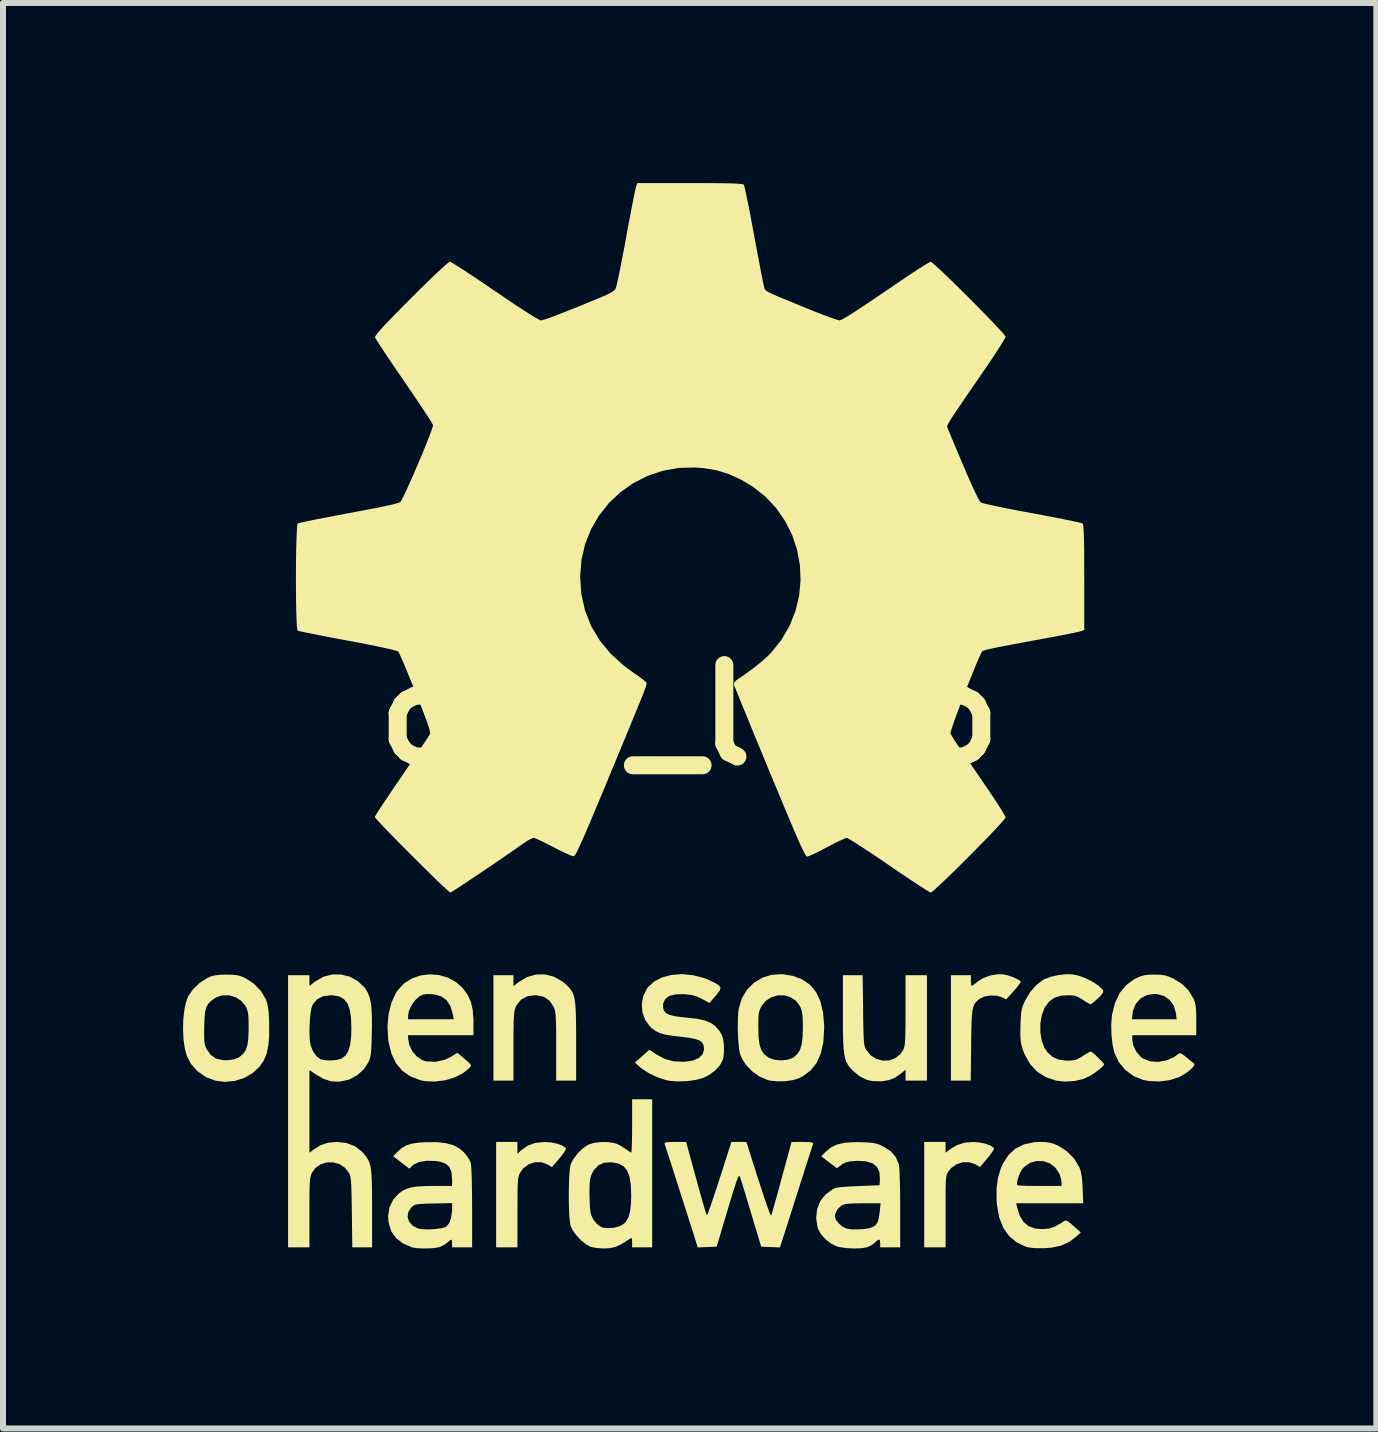
<source format=kicad_pcb>
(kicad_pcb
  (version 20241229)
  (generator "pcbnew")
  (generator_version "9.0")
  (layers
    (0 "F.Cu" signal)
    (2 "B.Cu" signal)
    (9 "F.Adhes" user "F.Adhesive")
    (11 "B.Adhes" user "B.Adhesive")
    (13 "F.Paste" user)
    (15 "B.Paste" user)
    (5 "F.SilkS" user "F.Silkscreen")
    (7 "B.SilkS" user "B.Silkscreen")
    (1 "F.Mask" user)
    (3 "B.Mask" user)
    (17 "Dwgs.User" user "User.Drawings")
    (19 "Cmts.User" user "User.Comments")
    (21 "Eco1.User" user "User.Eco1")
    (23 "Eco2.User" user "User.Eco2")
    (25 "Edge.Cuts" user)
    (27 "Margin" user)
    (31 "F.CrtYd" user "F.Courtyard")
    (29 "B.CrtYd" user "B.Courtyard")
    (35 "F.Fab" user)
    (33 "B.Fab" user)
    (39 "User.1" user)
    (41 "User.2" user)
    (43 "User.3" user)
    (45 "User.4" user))
  (footprint "osw_logo"
    (layer "F.Cu")
    (at 8.439 8.867)
    (property "Reference" "osw_logo" (at 0 0 0) (layer "F.SilkS") (effects (font (size 1.524 1.524) (thickness 0.3))))
    (attr board_only exclude_from_pos_files exclude_from_bom)
    (fp_poly (pts (xy -2.867 7.309) (xy -2.806 7.251) (xy -2.695 7.172) (xy -2.566 7.127) (xy -2.411 7.112) (xy -2.303 7.12) (xy -2.202 7.141) (xy -2.119 7.172) (xy -2.065 7.209) (xy -2.058 7.218) (xy -2.065 7.244) (xy -2.096 7.294) (xy -2.145 7.358) (xy -2.168 7.386) (xy -2.292 7.531) (xy -2.363 7.488) (xy -2.465 7.449) (xy -2.574 7.449) (xy -2.679 7.483) (xy -2.769 7.55) (xy -2.816 7.613) (xy -2.831 7.641) (xy -2.843 7.67) (xy -2.852 7.705) (xy -2.858 7.753) (xy -2.862 7.819) (xy -2.864 7.909) (xy -2.866 8.029) (xy -2.866 8.185) (xy -2.866 8.283) (xy -2.867 8.867) (xy -3.222 8.867) (xy -3.222 7.111) (xy -2.867 7.111)) (stroke (width 0) (type solid)) (fill yes) (layer "F.SilkS"))
    (fp_poly (pts (xy 4.267 7.291) (xy 4.34 7.235) (xy 4.458 7.163) (xy 4.583 7.123) (xy 4.727 7.112) (xy 4.83 7.12) (xy 4.928 7.14) (xy 5.011 7.17) (xy 5.065 7.205) (xy 5.074 7.216) (xy 5.067 7.241) (xy 5.035 7.291) (xy 4.987 7.356) (xy 4.964 7.384) (xy 4.84 7.53) (xy 4.77 7.487) (xy 4.669 7.45) (xy 4.559 7.449) (xy 4.452 7.482) (xy 4.36 7.546) (xy 4.317 7.598) (xy 4.302 7.622) (xy 4.29 7.647) (xy 4.282 7.678) (xy 4.275 7.722) (xy 4.271 7.783) (xy 4.268 7.868) (xy 4.267 7.982) (xy 4.267 8.131) (xy 4.267 8.27) (xy 4.267 8.867) (xy 3.911 8.867) (xy 3.911 7.111) (xy 4.267 7.111)) (stroke (width 0) (type solid)) (fill yes) (layer "F.SilkS"))
    (fp_poly (pts (xy 5.224 4.318) (xy 5.298 4.334) (xy 5.379 4.36) (xy 5.453 4.393) (xy 5.505 4.424) (xy 5.519 4.439) (xy 5.51 4.462) (xy 5.476 4.509) (xy 5.426 4.571) (xy 5.403 4.596) (xy 5.278 4.736) (xy 5.204 4.699) (xy 5.118 4.674) (xy 5.015 4.671) (xy 4.916 4.688) (xy 4.839 4.724) (xy 4.8 4.755) (xy 4.769 4.785) (xy 4.745 4.821) (xy 4.727 4.868) (xy 4.714 4.931) (xy 4.705 5.016) (xy 4.7 5.128) (xy 4.696 5.272) (xy 4.693 5.454) (xy 4.693 5.494) (xy 4.686 6.089) (xy 4.356 6.089) (xy 4.356 4.333) (xy 4.689 4.333) (xy 4.689 4.422) (xy 4.692 4.478) (xy 4.7 4.509) (xy 4.703 4.511) (xy 4.726 4.498) (xy 4.77 4.464) (xy 4.792 4.445) (xy 4.889 4.383) (xy 5.01 4.338) (xy 5.138 4.317)) (stroke (width 0) (type solid)) (fill yes) (layer "F.SilkS"))
    (fp_poly (pts (xy -2.26 4.357) (xy -2.121 4.435) (xy -2.065 4.481) (xy -2.019 4.526) (xy -1.981 4.569) (xy -1.952 4.616) (xy -1.929 4.67) (xy -1.913 4.738) (xy -1.902 4.825) (xy -1.895 4.936) (xy -1.891 5.076) (xy -1.889 5.25) (xy -1.889 5.437) (xy -1.889 6.089) (xy -2.222 6.089) (xy -2.222 5.518) (xy -2.222 5.342) (xy -2.223 5.205) (xy -2.225 5.101) (xy -2.229 5.022) (xy -2.234 4.965) (xy -2.242 4.922) (xy -2.253 4.887) (xy -2.267 4.856) (xy -2.268 4.852) (xy -2.336 4.754) (xy -2.427 4.693) (xy -2.545 4.668) (xy -2.578 4.667) (xy -2.704 4.685) (xy -2.804 4.738) (xy -2.877 4.826) (xy -2.891 4.853) (xy -2.904 4.886) (xy -2.914 4.923) (xy -2.921 4.971) (xy -2.926 5.036) (xy -2.93 5.124) (xy -2.932 5.24) (xy -2.933 5.391) (xy -2.933 5.517) (xy -2.933 6.089) (xy -3.267 6.089) (xy -3.267 4.333) (xy -2.933 4.333) (xy -2.933 4.515) (xy -2.85 4.449) (xy -2.711 4.365) (xy -2.561 4.322) (xy -2.409 4.319)) (stroke (width 0) (type solid)) (fill yes) (layer "F.SilkS"))
    (fp_poly (pts (xy 2.893 4.917) (xy 2.895 5.094) (xy 2.898 5.233) (xy 2.901 5.339) (xy 2.905 5.418) (xy 2.911 5.475) (xy 2.919 5.516) (xy 2.93 5.547) (xy 2.943 5.574) (xy 2.946 5.578) (xy 3.021 5.669) (xy 3.117 5.729) (xy 3.222 5.756) (xy 3.33 5.752) (xy 3.43 5.715) (xy 3.515 5.646) (xy 3.561 5.577) (xy 3.573 5.549) (xy 3.582 5.513) (xy 3.589 5.465) (xy 3.594 5.399) (xy 3.597 5.308) (xy 3.599 5.187) (xy 3.6 5.032) (xy 3.6 4.917) (xy 3.6 4.333) (xy 3.956 4.333) (xy 3.956 6.089) (xy 3.6 6.089) (xy 3.6 5.907) (xy 3.531 5.965) (xy 3.431 6.037) (xy 3.331 6.079) (xy 3.211 6.1) (xy 3.194 6.101) (xy 3.051 6.098) (xy 2.944 6.073) (xy 2.835 6.017) (xy 2.729 5.931) (xy 2.683 5.883) (xy 2.646 5.836) (xy 2.617 5.785) (xy 2.595 5.725) (xy 2.579 5.65) (xy 2.568 5.555) (xy 2.561 5.435) (xy 2.557 5.285) (xy 2.556 5.098) (xy 2.556 4.963) (xy 2.556 4.333) (xy 2.885 4.333)) (stroke (width 0) (type solid)) (fill yes) (layer "F.SilkS"))
    (fp_poly (pts (xy -4.175 4.33) (xy -4.023 4.374) (xy -3.885 4.452) (xy -3.779 4.548) (xy -3.698 4.657) (xy -3.643 4.775) (xy -3.612 4.913) (xy -3.6 5.079) (xy -3.6 5.112) (xy -3.6 5.333) (xy -4.689 5.333) (xy -4.689 5.383) (xy -4.669 5.497) (xy -4.617 5.603) (xy -4.54 5.691) (xy -4.446 5.751) (xy -4.389 5.768) (xy -4.234 5.776) (xy -4.084 5.744) (xy -3.978 5.694) (xy -3.868 5.625) (xy -3.746 5.728) (xy -3.683 5.782) (xy -3.65 5.817) (xy -3.641 5.841) (xy -3.652 5.862) (xy -3.659 5.871) (xy -3.77 5.963) (xy -3.91 6.035) (xy -4.07 6.083) (xy -4.237 6.105) (xy -4.402 6.099) (xy -4.49 6.081) (xy -4.655 6.017) (xy -4.788 5.923) (xy -4.892 5.798) (xy -4.967 5.639) (xy -5.014 5.447) (xy -5.021 5.4) (xy -5.032 5.186) (xy -5.022 5.067) (xy -4.689 5.067) (xy -3.928 5.067) (xy -3.944 4.983) (xy -3.983 4.849) (xy -4.046 4.75) (xy -4.135 4.686) (xy -4.253 4.653) (xy -4.299 4.649) (xy -4.383 4.647) (xy -4.443 4.657) (xy -4.496 4.683) (xy -4.511 4.693) (xy -4.577 4.755) (xy -4.636 4.841) (xy -4.676 4.932) (xy -4.689 5.005) (xy -4.689 5.067) (xy -5.022 5.067) (xy -5.014 4.981) (xy -4.967 4.793) (xy -4.894 4.631) (xy -4.869 4.592) (xy -4.763 4.475) (xy -4.634 4.391) (xy -4.488 4.338) (xy -4.332 4.318)) (stroke (width 0) (type solid)) (fill yes) (layer "F.SilkS"))
    (fp_poly (pts (xy 1.724 4.344) (xy 1.882 4.405) (xy 2.01 4.494) (xy 2.109 4.614) (xy 2.181 4.766) (xy 2.225 4.951) (xy 2.244 5.171) (xy 2.244 5.224) (xy 2.23 5.448) (xy 2.188 5.638) (xy 2.117 5.796) (xy 2.016 5.923) (xy 1.884 6.019) (xy 1.811 6.055) (xy 1.709 6.084) (xy 1.583 6.1) (xy 1.452 6.101) (xy 1.335 6.088) (xy 1.304 6.081) (xy 1.171 6.024) (xy 1.047 5.937) (xy 0.942 5.829) (xy 0.867 5.709) (xy 0.844 5.649) (xy 0.828 5.572) (xy 0.816 5.462) (xy 0.808 5.333) (xy 0.804 5.197) (xy 0.805 5.17) (xy 1.147 5.17) (xy 1.147 5.211) (xy 1.152 5.368) (xy 1.167 5.488) (xy 1.196 5.578) (xy 1.24 5.645) (xy 1.303 5.696) (xy 1.328 5.711) (xy 1.418 5.742) (xy 1.524 5.752) (xy 1.63 5.742) (xy 1.718 5.712) (xy 1.739 5.699) (xy 1.799 5.644) (xy 1.842 5.576) (xy 1.869 5.485) (xy 1.884 5.366) (xy 1.889 5.211) (xy 1.889 5.211) (xy 1.888 5.089) (xy 1.883 5.002) (xy 1.873 4.937) (xy 1.858 4.885) (xy 1.844 4.856) (xy 1.778 4.763) (xy 1.687 4.701) (xy 1.583 4.67) (xy 1.472 4.669) (xy 1.365 4.699) (xy 1.271 4.76) (xy 1.201 4.848) (xy 1.177 4.893) (xy 1.162 4.938) (xy 1.152 4.991) (xy 1.148 5.065) (xy 1.147 5.17) (xy 0.805 5.17) (xy 0.806 5.067) (xy 0.812 4.954) (xy 0.821 4.884) (xy 0.874 4.715) (xy 0.961 4.572) (xy 1.076 4.457) (xy 1.214 4.374) (xy 1.372 4.326) (xy 1.544 4.315)) (stroke (width 0) (type solid)) (fill yes) (layer "F.SilkS"))
    (fp_poly (pts (xy 7.844 4.325) (xy 7.918 4.335) (xy 7.988 4.357) (xy 8.072 4.395) (xy 8.212 4.482) (xy 8.319 4.591) (xy 8.4 4.727) (xy 8.42 4.779) (xy 8.434 4.837) (xy 8.441 4.913) (xy 8.444 5.018) (xy 8.444 5.078) (xy 8.444 5.333) (xy 7.378 5.333) (xy 7.378 5.406) (xy 7.397 5.509) (xy 7.448 5.611) (xy 7.521 5.695) (xy 7.567 5.727) (xy 7.683 5.769) (xy 7.814 5.777) (xy 7.948 5.753) (xy 8.072 5.698) (xy 8.138 5.65) (xy 8.163 5.634) (xy 8.189 5.636) (xy 8.229 5.66) (xy 8.281 5.703) (xy 8.341 5.751) (xy 8.388 5.789) (xy 8.409 5.805) (xy 8.413 5.829) (xy 8.386 5.869) (xy 8.335 5.917) (xy 8.267 5.968) (xy 8.191 6.014) (xy 8.151 6.034) (xy 7.998 6.082) (xy 7.827 6.104) (xy 7.657 6.097) (xy 7.556 6.077) (xy 7.397 6.012) (xy 7.262 5.912) (xy 7.155 5.783) (xy 7.082 5.631) (xy 7.077 5.616) (xy 7.048 5.481) (xy 7.031 5.322) (xy 7.027 5.158) (xy 7.034 5.067) (xy 7.372 5.067) (xy 8.117 5.067) (xy 8.105 4.964) (xy 8.071 4.844) (xy 8.003 4.747) (xy 7.907 4.679) (xy 7.788 4.647) (xy 7.744 4.644) (xy 7.62 4.664) (xy 7.515 4.721) (xy 7.437 4.808) (xy 7.391 4.922) (xy 7.384 4.964) (xy 7.372 5.067) (xy 7.034 5.067) (xy 7.038 5.01) (xy 7.04 4.994) (xy 7.089 4.798) (xy 7.167 4.632) (xy 7.275 4.499) (xy 7.411 4.399) (xy 7.44 4.385) (xy 7.517 4.351) (xy 7.587 4.332) (xy 7.671 4.324) (xy 7.745 4.323)) (stroke (width 0) (type solid)) (fill yes) (layer "F.SilkS"))
    (fp_poly (pts (xy 5.942 7.114) (xy 6.022 7.127) (xy 6.099 7.154) (xy 6.144 7.174) (xy 6.288 7.266) (xy 6.409 7.388) (xy 6.495 7.531) (xy 6.519 7.597) (xy 6.535 7.678) (xy 6.546 7.785) (xy 6.551 7.883) (xy 6.561 8.133) (xy 5.444 8.133) (xy 5.457 8.194) (xy 5.502 8.339) (xy 5.566 8.445) (xy 5.652 8.516) (xy 5.765 8.554) (xy 5.878 8.564) (xy 5.986 8.555) (xy 6.086 8.523) (xy 6.193 8.463) (xy 6.233 8.435) (xy 6.259 8.421) (xy 6.286 8.424) (xy 6.323 8.446) (xy 6.38 8.494) (xy 6.399 8.511) (xy 6.52 8.619) (xy 6.444 8.689) (xy 6.321 8.781) (xy 6.184 8.841) (xy 6.025 8.874) (xy 5.911 8.882) (xy 5.781 8.882) (xy 5.675 8.873) (xy 5.611 8.859) (xy 5.454 8.786) (xy 5.327 8.681) (xy 5.229 8.542) (xy 5.161 8.37) (xy 5.124 8.166) (xy 5.117 8.089) (xy 5.117 7.888) (xy 5.127 7.809) (xy 5.456 7.809) (xy 5.462 7.832) (xy 5.487 7.836) (xy 5.549 7.84) (xy 5.64 7.843) (xy 5.753 7.844) (xy 5.837 7.844) (xy 6.2 7.844) (xy 6.2 7.783) (xy 6.19 7.724) (xy 6.167 7.652) (xy 6.158 7.631) (xy 6.092 7.534) (xy 6.001 7.467) (xy 5.896 7.431) (xy 5.785 7.428) (xy 5.677 7.458) (xy 5.582 7.523) (xy 5.544 7.565) (xy 5.512 7.619) (xy 5.484 7.687) (xy 5.464 7.755) (xy 5.456 7.809) (xy 5.127 7.809) (xy 5.139 7.713) (xy 5.187 7.554) (xy 5.223 7.473) (xy 5.315 7.329) (xy 5.43 7.223) (xy 5.571 7.152) (xy 5.739 7.116) (xy 5.839 7.111)) (stroke (width 0) (type solid)) (fill yes) (layer "F.SilkS"))
    (fp_poly (pts (xy 6.38 4.318) (xy 6.488 4.342) (xy 6.604 4.385) (xy 6.715 4.441) (xy 6.811 4.504) (xy 6.879 4.568) (xy 6.895 4.591) (xy 6.89 4.625) (xy 6.845 4.681) (xy 6.809 4.716) (xy 6.753 4.766) (xy 6.709 4.803) (xy 6.69 4.817) (xy 6.664 4.809) (xy 6.614 4.782) (xy 6.557 4.745) (xy 6.482 4.699) (xy 6.42 4.676) (xy 6.349 4.667) (xy 6.31 4.667) (xy 6.191 4.674) (xy 6.1 4.7) (xy 6.02 4.75) (xy 5.983 4.784) (xy 5.916 4.877) (xy 5.871 4.997) (xy 5.847 5.134) (xy 5.846 5.277) (xy 5.867 5.415) (xy 5.911 5.537) (xy 5.963 5.616) (xy 6.047 5.692) (xy 6.144 5.737) (xy 6.265 5.755) (xy 6.308 5.756) (xy 6.39 5.752) (xy 6.454 5.736) (xy 6.52 5.701) (xy 6.557 5.677) (xy 6.62 5.637) (xy 6.668 5.611) (xy 6.69 5.605) (xy 6.718 5.624) (xy 6.764 5.664) (xy 6.816 5.714) (xy 6.865 5.763) (xy 6.9 5.802) (xy 6.911 5.819) (xy 6.894 5.843) (xy 6.851 5.883) (xy 6.79 5.932) (xy 6.723 5.981) (xy 6.687 6.004) (xy 6.562 6.062) (xy 6.412 6.096) (xy 6.254 6.106) (xy 6.111 6.09) (xy 5.94 6.033) (xy 5.794 5.941) (xy 5.675 5.813) (xy 5.584 5.652) (xy 5.555 5.578) (xy 5.534 5.507) (xy 5.52 5.442) (xy 5.514 5.369) (xy 5.513 5.275) (xy 5.515 5.167) (xy 5.52 5.048) (xy 5.527 4.962) (xy 5.538 4.896) (xy 5.557 4.837) (xy 5.584 4.773) (xy 5.592 4.756) (xy 5.677 4.613) (xy 5.781 4.494) (xy 5.897 4.408) (xy 5.912 4.4) (xy 6.016 4.36) (xy 6.144 4.331) (xy 6.274 4.316)) (stroke (width 0) (type solid)) (fill yes) (layer "F.SilkS"))
    (fp_poly (pts (xy -7.619 4.325) (xy -7.544 4.332) (xy -7.481 4.347) (xy -7.416 4.374) (xy -7.396 4.384) (xy -7.255 4.477) (xy -7.138 4.6) (xy -7.06 4.731) (xy -7.039 4.789) (xy -7.024 4.859) (xy -7.013 4.95) (xy -7.006 5.073) (xy -7.004 5.116) (xy -7.003 5.325) (xy -7.016 5.497) (xy -7.046 5.639) (xy -7.095 5.757) (xy -7.165 5.857) (xy -7.258 5.946) (xy -7.269 5.956) (xy -7.415 6.043) (xy -7.579 6.095) (xy -7.75 6.11) (xy -7.9 6.09) (xy -8.06 6.029) (xy -8.197 5.934) (xy -8.307 5.811) (xy -8.376 5.676) (xy -8.41 5.552) (xy -8.431 5.402) (xy -8.436 5.301) (xy -8.088 5.301) (xy -8.087 5.389) (xy -8.082 5.452) (xy -8.072 5.501) (xy -8.055 5.545) (xy -8.047 5.562) (xy -7.98 5.66) (xy -7.89 5.722) (xy -7.774 5.749) (xy -7.699 5.75) (xy -7.589 5.735) (xy -7.509 5.703) (xy -7.496 5.694) (xy -7.437 5.643) (xy -7.395 5.582) (xy -7.368 5.503) (xy -7.352 5.398) (xy -7.347 5.259) (xy -7.346 5.211) (xy -7.347 5.092) (xy -7.351 5.008) (xy -7.36 4.946) (xy -7.374 4.897) (xy -7.396 4.85) (xy -7.396 4.85) (xy -7.465 4.763) (xy -7.559 4.701) (xy -7.669 4.668) (xy -7.782 4.668) (xy -7.886 4.702) (xy -7.911 4.717) (xy -7.975 4.764) (xy -8.02 4.81) (xy -8.05 4.865) (xy -8.069 4.937) (xy -8.08 5.034) (xy -8.085 5.167) (xy -8.086 5.179) (xy -8.088 5.301) (xy -8.436 5.301) (xy -8.439 5.239) (xy -8.435 5.073) (xy -8.418 4.916) (xy -8.39 4.781) (xy -8.355 4.687) (xy -8.272 4.566) (xy -8.159 4.458) (xy -8.032 4.378) (xy -7.966 4.35) (xy -7.899 4.334) (xy -7.816 4.326) (xy -7.722 4.323)) (stroke (width 0) (type solid)) (fill yes) (layer "F.SilkS"))
    (fp_poly (pts (xy 0.056 4.332) (xy 0.235 4.378) (xy 0.347 4.424) (xy 0.441 4.47) (xy 0.496 4.508) (xy 0.517 4.544) (xy 0.505 4.586) (xy 0.463 4.644) (xy 0.436 4.676) (xy 0.333 4.796) (xy 0.207 4.727) (xy 0.121 4.687) (xy 0.038 4.663) (xy -0.063 4.651) (xy -0.089 4.649) (xy -0.232 4.652) (xy -0.338 4.679) (xy -0.407 4.731) (xy -0.439 4.807) (xy -0.44 4.872) (xy -0.426 4.924) (xy -0.392 4.964) (xy -0.333 4.994) (xy -0.243 5.016) (xy -0.117 5.033) (xy -0.038 5.041) (xy 0.125 5.059) (xy 0.252 5.086) (xy 0.351 5.126) (xy 0.428 5.18) (xy 0.492 5.252) (xy 0.499 5.262) (xy 0.538 5.327) (xy 0.561 5.394) (xy 0.572 5.48) (xy 0.574 5.51) (xy 0.575 5.602) (xy 0.568 5.687) (xy 0.557 5.741) (xy 0.507 5.833) (xy 0.425 5.922) (xy 0.321 5.999) (xy 0.226 6.045) (xy 0.104 6.078) (xy -0.042 6.098) (xy -0.193 6.103) (xy -0.331 6.093) (xy -0.392 6.081) (xy -0.534 6.034) (xy -0.673 5.968) (xy -0.791 5.892) (xy -0.828 5.862) (xy -0.909 5.789) (xy -0.789 5.682) (xy -0.669 5.576) (xy -0.551 5.653) (xy -0.413 5.727) (xy -0.268 5.767) (xy -0.103 5.776) (xy -0.068 5.774) (xy 0.061 5.754) (xy 0.158 5.711) (xy 0.22 5.649) (xy 0.243 5.568) (xy 0.236 5.504) (xy 0.215 5.459) (xy 0.173 5.424) (xy 0.104 5.398) (xy 0.003 5.377) (xy -0.136 5.359) (xy -0.144 5.359) (xy -0.294 5.341) (xy -0.408 5.322) (xy -0.495 5.297) (xy -0.564 5.263) (xy -0.625 5.219) (xy -0.659 5.186) (xy -0.739 5.077) (xy -0.784 4.95) (xy -0.795 4.814) (xy -0.77 4.679) (xy -0.71 4.557) (xy -0.688 4.528) (xy -0.583 4.434) (xy -0.449 4.367) (xy -0.293 4.327) (xy -0.122 4.315)) (stroke (width 0) (type solid)) (fill yes) (layer "F.SilkS"))
    (fp_poly (pts (xy -0.622 8.867) (xy -0.956 8.867) (xy -0.956 8.789) (xy -0.958 8.737) (xy -0.964 8.712) (xy -0.966 8.711) (xy -0.988 8.722) (xy -1.035 8.751) (xy -1.071 8.775) (xy -1.144 8.818) (xy -1.217 8.854) (xy -1.242 8.863) (xy -1.33 8.881) (xy -1.44 8.886) (xy -1.553 8.878) (xy -1.644 8.86) (xy -1.721 8.82) (xy -1.805 8.752) (xy -1.885 8.668) (xy -1.948 8.58) (xy -1.981 8.509) (xy -1.993 8.444) (xy -2.002 8.345) (xy -2.008 8.222) (xy -2.011 8.083) (xy -2.011 7.977) (xy -1.667 7.977) (xy -1.664 8.089) (xy -1.659 8.194) (xy -1.65 8.278) (xy -1.642 8.321) (xy -1.604 8.402) (xy -1.545 8.476) (xy -1.475 8.527) (xy -1.438 8.541) (xy -1.352 8.548) (xy -1.254 8.539) (xy -1.165 8.516) (xy -1.113 8.49) (xy -1.056 8.436) (xy -1.015 8.362) (xy -0.989 8.263) (xy -0.975 8.132) (xy -0.971 8) (xy -0.978 7.825) (xy -1 7.688) (xy -1.04 7.586) (xy -1.1 7.515) (xy -1.182 7.471) (xy -1.289 7.451) (xy -1.296 7.45) (xy -1.42 7.457) (xy -1.517 7.499) (xy -1.592 7.579) (xy -1.617 7.621) (xy -1.639 7.671) (xy -1.654 7.723) (xy -1.662 7.787) (xy -1.666 7.875) (xy -1.667 7.977) (xy -2.011 7.977) (xy -2.011 7.938) (xy -2.008 7.798) (xy -2.003 7.671) (xy -1.995 7.568) (xy -1.983 7.499) (xy -1.982 7.492) (xy -1.937 7.399) (xy -1.864 7.302) (xy -1.776 7.217) (xy -1.685 7.156) (xy -1.678 7.153) (xy -1.586 7.126) (xy -1.472 7.113) (xy -1.354 7.114) (xy -1.249 7.131) (xy -1.21 7.143) (xy -1.14 7.179) (xy -1.068 7.226) (xy -1.059 7.232) (xy -1.01 7.267) (xy -0.976 7.287) (xy -0.97 7.289) (xy -0.966 7.268) (xy -0.962 7.209) (xy -0.959 7.119) (xy -0.957 7.004) (xy -0.956 6.872) (xy -0.956 6.844) (xy -0.956 6.4) (xy -0.622 6.4)) (stroke (width 0) (type solid)) (fill yes) (layer "F.SilkS"))
    (fp_poly (pts (xy -4.055 7.132) (xy -3.932 7.167) (xy -3.831 7.222) (xy -3.764 7.279) (xy -3.703 7.352) (xy -3.658 7.428) (xy -3.646 7.459) (xy -3.639 7.508) (xy -3.633 7.596) (xy -3.628 7.721) (xy -3.625 7.877) (xy -3.623 8.06) (xy -3.622 8.206) (xy -3.622 8.867) (xy -3.956 8.867) (xy -3.956 8.8) (xy -3.958 8.752) (xy -3.97 8.738) (xy -4 8.757) (xy -4.035 8.789) (xy -4.1 8.834) (xy -4.173 8.866) (xy -4.175 8.866) (xy -4.248 8.879) (xy -4.345 8.885) (xy -4.45 8.886) (xy -4.546 8.881) (xy -4.617 8.87) (xy -4.622 8.868) (xy -4.774 8.803) (xy -4.891 8.712) (xy -4.971 8.596) (xy -5.014 8.455) (xy -5.021 8.362) (xy -4.697 8.362) (xy -4.672 8.44) (xy -4.614 8.506) (xy -4.527 8.551) (xy -4.508 8.557) (xy -4.436 8.567) (xy -4.342 8.569) (xy -4.242 8.563) (xy -4.149 8.551) (xy -4.078 8.534) (xy -4.053 8.522) (xy -4.006 8.468) (xy -3.974 8.381) (xy -3.957 8.269) (xy -3.956 8.226) (xy -3.956 8.13) (xy -4.266 8.137) (xy -4.39 8.14) (xy -4.477 8.144) (xy -4.536 8.15) (xy -4.576 8.16) (xy -4.604 8.175) (xy -4.629 8.196) (xy -4.637 8.205) (xy -4.686 8.28) (xy -4.697 8.362) (xy -5.021 8.362) (xy -5.022 8.347) (xy -5 8.202) (xy -4.938 8.074) (xy -4.846 7.973) (xy -4.783 7.926) (xy -4.715 7.892) (xy -4.634 7.868) (xy -4.532 7.853) (xy -4.401 7.846) (xy -4.257 7.844) (xy -3.956 7.844) (xy -3.956 7.735) (xy -3.966 7.614) (xy -4.001 7.529) (xy -4.064 7.472) (xy -4.162 7.439) (xy -4.229 7.429) (xy -4.379 7.425) (xy -4.503 7.445) (xy -4.594 7.487) (xy -4.61 7.501) (xy -4.669 7.556) (xy -4.803 7.453) (xy -4.937 7.35) (xy -4.874 7.284) (xy -4.801 7.217) (xy -4.722 7.17) (xy -4.629 7.14) (xy -4.509 7.122) (xy -4.392 7.115) (xy -4.206 7.115)) (stroke (width 0) (type solid)) (fill yes) (layer "F.SilkS"))
    (fp_poly (pts (xy 2.844 7.115) (xy 2.96 7.119) (xy 3.043 7.126) (xy 3.107 7.138) (xy 3.163 7.156) (xy 3.225 7.185) (xy 3.233 7.189) (xy 3.352 7.265) (xy 3.435 7.359) (xy 3.487 7.48) (xy 3.489 7.486) (xy 3.495 7.53) (xy 3.5 7.612) (xy 3.504 7.726) (xy 3.508 7.867) (xy 3.51 8.029) (xy 3.511 8.204) (xy 3.511 8.217) (xy 3.511 8.867) (xy 3.178 8.867) (xy 3.178 8.8) (xy 3.172 8.749) (xy 3.152 8.737) (xy 3.114 8.764) (xy 3.089 8.789) (xy 3.03 8.834) (xy 2.96 8.866) (xy 2.957 8.867) (xy 2.862 8.882) (xy 2.743 8.887) (xy 2.618 8.88) (xy 2.505 8.864) (xy 2.459 8.853) (xy 2.36 8.806) (xy 2.265 8.732) (xy 2.188 8.644) (xy 2.139 8.553) (xy 2.135 8.541) (xy 2.11 8.38) (xy 2.113 8.356) (xy 2.422 8.356) (xy 2.441 8.411) (xy 2.488 8.47) (xy 2.551 8.523) (xy 2.618 8.555) (xy 2.623 8.556) (xy 2.698 8.567) (xy 2.796 8.569) (xy 2.898 8.563) (xy 2.988 8.55) (xy 3.046 8.533) (xy 3.098 8.501) (xy 3.133 8.452) (xy 3.155 8.377) (xy 3.169 8.279) (xy 3.184 8.133) (xy 2.89 8.133) (xy 2.76 8.135) (xy 2.667 8.139) (xy 2.602 8.146) (xy 2.557 8.159) (xy 2.533 8.17) (xy 2.465 8.233) (xy 2.427 8.316) (xy 2.422 8.356) (xy 2.113 8.356) (xy 2.126 8.231) (xy 2.179 8.097) (xy 2.269 7.984) (xy 2.392 7.897) (xy 2.433 7.878) (xy 2.47 7.87) (xy 2.543 7.862) (xy 2.642 7.855) (xy 2.759 7.849) (xy 2.822 7.846) (xy 3.167 7.833) (xy 3.173 7.733) (xy 3.165 7.617) (xy 3.126 7.529) (xy 3.053 7.469) (xy 2.946 7.435) (xy 2.803 7.426) (xy 2.762 7.428) (xy 2.666 7.437) (xy 2.598 7.454) (xy 2.545 7.482) (xy 2.529 7.494) (xy 2.456 7.55) (xy 2.326 7.45) (xy 2.196 7.35) (xy 2.269 7.275) (xy 2.355 7.204) (xy 2.457 7.155) (xy 2.582 7.125) (xy 2.737 7.114)) (stroke (width 0) (type solid)) (fill yes) (layer "F.SilkS"))
    (fp_poly (pts (xy 0.111 7.722) (xy 0.154 7.879) (xy 0.194 8.021) (xy 0.229 8.143) (xy 0.257 8.239) (xy 0.278 8.304) (xy 0.289 8.332) (xy 0.29 8.333) (xy 0.301 8.313) (xy 0.324 8.253) (xy 0.358 8.157) (xy 0.402 8.027) (xy 0.455 7.869) (xy 0.515 7.683) (xy 0.582 7.474) (xy 0.625 7.339) (xy 0.698 7.111) (xy 0.948 7.111) (xy 1.045 7.417) (xy 1.127 7.674) (xy 1.197 7.889) (xy 1.254 8.063) (xy 1.299 8.194) (xy 1.332 8.284) (xy 1.353 8.332) (xy 1.361 8.341) (xy 1.369 8.315) (xy 1.388 8.252) (xy 1.414 8.158) (xy 1.448 8.038) (xy 1.487 7.897) (xy 1.529 7.741) (xy 1.536 7.717) (xy 1.7 7.112) (xy 1.886 7.111) (xy 1.981 7.113) (xy 2.037 7.119) (xy 2.06 7.13) (xy 2.061 7.139) (xy 2.052 7.166) (xy 2.031 7.231) (xy 2 7.327) (xy 1.961 7.449) (xy 1.915 7.593) (xy 1.864 7.753) (xy 1.835 7.844) (xy 1.779 8.019) (xy 1.725 8.189) (xy 1.675 8.346) (xy 1.631 8.484) (xy 1.595 8.596) (xy 1.57 8.675) (xy 1.563 8.695) (xy 1.507 8.869) (xy 1.195 8.856) (xy 1.144 8.689) (xy 1.121 8.611) (xy 1.088 8.502) (xy 1.049 8.372) (xy 1.007 8.233) (xy 0.977 8.133) (xy 0.939 8.005) (xy 0.903 7.888) (xy 0.873 7.791) (xy 0.85 7.721) (xy 0.839 7.689) (xy 0.831 7.678) (xy 0.821 7.683) (xy 0.807 7.708) (xy 0.787 7.757) (xy 0.761 7.835) (xy 0.726 7.944) (xy 0.682 8.088) (xy 0.635 8.244) (xy 0.453 8.856) (xy 0.136 8.869) (xy 0.104 8.762) (xy 0.089 8.716) (xy 0.064 8.636) (xy 0.03 8.528) (xy -0.012 8.398) (xy -0.058 8.251) (xy -0.109 8.093) (xy -0.161 7.931) (xy -0.213 7.769) (xy -0.262 7.614) (xy -0.308 7.471) (xy -0.348 7.347) (xy -0.381 7.246) (xy -0.404 7.176) (xy -0.415 7.141) (xy -0.416 7.139) (xy -0.411 7.125) (xy -0.377 7.116) (xy -0.308 7.112) (xy -0.241 7.111) (xy -0.056 7.111)) (stroke (width 0) (type solid)) (fill yes) (layer "F.SilkS"))
    (fp_poly (pts (xy -5.805 4.321) (xy -5.66 4.358) (xy -5.529 4.43) (xy -5.417 4.536) (xy -5.401 4.558) (xy -5.361 4.622) (xy -5.332 4.695) (xy -5.311 4.783) (xy -5.298 4.893) (xy -5.292 5.031) (xy -5.291 5.204) (xy -5.293 5.286) (xy -5.297 5.433) (xy -5.301 5.543) (xy -5.308 5.625) (xy -5.317 5.686) (xy -5.329 5.734) (xy -5.346 5.776) (xy -5.347 5.778) (xy -5.424 5.896) (xy -5.532 5.996) (xy -5.658 6.065) (xy -5.692 6.077) (xy -5.838 6.107) (xy -5.971 6.101) (xy -6.1 6.059) (xy -6.221 5.99) (xy -6.333 5.914) (xy -6.333 7.291) (xy -6.26 7.235) (xy -6.143 7.163) (xy -6.018 7.123) (xy -5.872 7.111) (xy -5.712 7.13) (xy -5.571 7.185) (xy -5.455 7.274) (xy -5.422 7.311) (xy -5.386 7.359) (xy -5.357 7.405) (xy -5.334 7.455) (xy -5.317 7.514) (xy -5.305 7.588) (xy -5.297 7.682) (xy -5.292 7.801) (xy -5.29 7.952) (xy -5.289 8.14) (xy -5.289 8.225) (xy -5.289 8.867) (xy -5.619 8.867) (xy -5.626 8.283) (xy -5.629 8.103) (xy -5.632 7.961) (xy -5.635 7.852) (xy -5.64 7.771) (xy -5.647 7.713) (xy -5.655 7.672) (xy -5.666 7.641) (xy -5.672 7.63) (xy -5.743 7.54) (xy -5.835 7.48) (xy -5.94 7.451) (xy -6.048 7.453) (xy -6.15 7.485) (xy -6.236 7.548) (xy -6.289 7.622) (xy -6.302 7.651) (xy -6.313 7.684) (xy -6.321 7.725) (xy -6.326 7.781) (xy -6.33 7.857) (xy -6.332 7.959) (xy -6.333 8.094) (xy -6.333 8.267) (xy -6.333 8.288) (xy -6.333 8.867) (xy -6.689 8.867) (xy -6.689 5.211) (xy -6.332 5.211) (xy -6.332 5.328) (xy -6.325 5.431) (xy -6.313 5.503) (xy -6.274 5.601) (xy -6.217 5.681) (xy -6.153 5.731) (xy -6.147 5.734) (xy -6.074 5.75) (xy -5.98 5.753) (xy -5.884 5.745) (xy -5.808 5.726) (xy -5.797 5.721) (xy -5.732 5.671) (xy -5.685 5.596) (xy -5.654 5.491) (xy -5.638 5.352) (xy -5.634 5.222) (xy -5.64 5.044) (xy -5.662 4.904) (xy -5.701 4.8) (xy -5.76 4.729) (xy -5.84 4.686) (xy -5.944 4.668) (xy -5.98 4.667) (xy -6.108 4.684) (xy -6.207 4.736) (xy -6.279 4.822) (xy -6.281 4.827) (xy -6.301 4.886) (xy -6.316 4.978) (xy -6.326 5.09) (xy -6.332 5.211) (xy -6.689 5.211) (xy -6.689 4.333) (xy -6.333 4.333) (xy -6.333 4.511) (xy -6.234 4.435) (xy -6.099 4.358) (xy -5.954 4.321)) (stroke (width 0) (type solid)) (fill yes) (layer "F.SilkS"))
    (fp_poly (pts (xy 0.241 -8.866) (xy 0.433 -8.865) (xy 0.587 -8.863) (xy 0.706 -8.861) (xy 0.794 -8.857) (xy 0.855 -8.852) (xy 0.891 -8.846) (xy 0.905 -8.839) (xy 0.914 -8.811) (xy 0.93 -8.745) (xy 0.951 -8.645) (xy 0.978 -8.516) (xy 1.008 -8.364) (xy 1.04 -8.192) (xy 1.075 -8.007) (xy 1.078 -7.989) (xy 1.113 -7.802) (xy 1.146 -7.627) (xy 1.176 -7.469) (xy 1.202 -7.334) (xy 1.223 -7.227) (xy 1.239 -7.153) (xy 1.247 -7.117) (xy 1.248 -7.116) (xy 1.254 -7.101) (xy 1.263 -7.087) (xy 1.279 -7.072) (xy 1.306 -7.055) (xy 1.349 -7.033) (xy 1.411 -7.004) (xy 1.497 -6.967) (xy 1.611 -6.92) (xy 1.758 -6.86) (xy 1.941 -6.785) (xy 1.962 -6.776) (xy 2.102 -6.72) (xy 2.231 -6.67) (xy 2.342 -6.628) (xy 2.429 -6.598) (xy 2.486 -6.581) (xy 2.502 -6.578) (xy 2.536 -6.591) (xy 2.604 -6.629) (xy 2.705 -6.691) (xy 2.837 -6.777) (xy 2.999 -6.884) (xy 3.189 -7.013) (xy 3.268 -7.067) (xy 3.427 -7.175) (xy 3.575 -7.275) (xy 3.709 -7.365) (xy 3.824 -7.44) (xy 3.916 -7.498) (xy 3.981 -7.538) (xy 4.015 -7.555) (xy 4.018 -7.556) (xy 4.042 -7.54) (xy 4.094 -7.497) (xy 4.167 -7.43) (xy 4.259 -7.343) (xy 4.365 -7.242) (xy 4.48 -7.129) (xy 4.601 -7.009) (xy 4.724 -6.886) (xy 4.843 -6.765) (xy 4.956 -6.65) (xy 5.057 -6.544) (xy 5.143 -6.453) (xy 5.21 -6.38) (xy 5.252 -6.329) (xy 5.267 -6.305) (xy 5.254 -6.277) (xy 5.22 -6.218) (xy 5.166 -6.132) (xy 5.097 -6.025) (xy 5.015 -5.902) (xy 4.923 -5.767) (xy 4.904 -5.738) (xy 4.763 -5.533) (xy 4.645 -5.362) (xy 4.548 -5.22) (xy 4.471 -5.106) (xy 4.41 -5.016) (xy 4.365 -4.946) (xy 4.333 -4.895) (xy 4.312 -4.858) (xy 4.3 -4.833) (xy 4.295 -4.816) (xy 4.295 -4.804) (xy 4.295 -4.801) (xy 4.306 -4.772) (xy 4.332 -4.708) (xy 4.371 -4.614) (xy 4.42 -4.496) (xy 4.478 -4.358) (xy 4.542 -4.207) (xy 4.558 -4.17) (xy 4.637 -3.985) (xy 4.706 -3.829) (xy 4.765 -3.704) (xy 4.811 -3.613) (xy 4.843 -3.558) (xy 4.856 -3.543) (xy 4.887 -3.533) (xy 4.957 -3.516) (xy 5.06 -3.493) (xy 5.192 -3.465) (xy 5.347 -3.434) (xy 5.52 -3.401) (xy 5.705 -3.366) (xy 5.711 -3.365) (xy 5.896 -3.331) (xy 6.068 -3.298) (xy 6.221 -3.268) (xy 6.351 -3.242) (xy 6.452 -3.22) (xy 6.52 -3.204) (xy 6.55 -3.195) (xy 6.55 -3.194) (xy 6.557 -3.178) (xy 6.563 -3.141) (xy 6.568 -3.079) (xy 6.572 -2.989) (xy 6.575 -2.867) (xy 6.577 -2.711) (xy 6.577 -2.517) (xy 6.578 -2.297) (xy 6.578 -1.421) (xy 6.528 -1.401) (xy 6.492 -1.391) (xy 6.42 -1.375) (xy 6.317 -1.354) (xy 6.192 -1.329) (xy 6.051 -1.302) (xy 5.978 -1.289) (xy 5.73 -1.244) (xy 5.522 -1.205) (xy 5.352 -1.173) (xy 5.214 -1.147) (xy 5.105 -1.125) (xy 5.023 -1.108) (xy 4.962 -1.094) (xy 4.921 -1.082) (xy 4.894 -1.073) (xy 4.88 -1.064) (xy 4.876 -1.061) (xy 4.858 -1.029) (xy 4.827 -0.963) (xy 4.786 -0.868) (xy 4.738 -0.751) (xy 4.684 -0.618) (xy 4.627 -0.475) (xy 4.57 -0.327) (xy 4.515 -0.182) (xy 4.464 -0.045) (xy 4.419 0.077) (xy 4.384 0.179) (xy 4.359 0.255) (xy 4.349 0.298) (xy 4.349 0.305) (xy 4.367 0.339) (xy 4.404 0.4) (xy 4.455 0.478) (xy 4.5 0.544) (xy 4.553 0.621) (xy 4.625 0.726) (xy 4.711 0.852) (xy 4.805 0.989) (xy 4.902 1.13) (xy 4.952 1.204) (xy 5.038 1.331) (xy 5.116 1.449) (xy 5.181 1.551) (xy 5.23 1.631) (xy 5.259 1.685) (xy 5.267 1.704) (xy 5.251 1.729) (xy 5.208 1.78) (xy 5.141 1.854) (xy 5.055 1.946) (xy 4.954 2.051) (xy 4.841 2.167) (xy 4.722 2.288) (xy 4.599 2.411) (xy 4.479 2.531) (xy 4.364 2.643) (xy 4.258 2.745) (xy 4.167 2.831) (xy 4.094 2.898) (xy 4.044 2.941) (xy 4.02 2.956) (xy 3.995 2.943) (xy 3.938 2.909) (xy 3.852 2.854) (xy 3.743 2.783) (xy 3.615 2.698) (xy 3.472 2.602) (xy 3.324 2.5) (xy 3.17 2.395) (xy 3.027 2.299) (xy 2.898 2.214) (xy 2.789 2.144) (xy 2.703 2.09) (xy 2.645 2.056) (xy 2.62 2.044) (xy 2.587 2.055) (xy 2.524 2.083) (xy 2.437 2.124) (xy 2.336 2.176) (xy 2.292 2.2) (xy 2.187 2.255) (xy 2.093 2.302) (xy 2.018 2.336) (xy 1.971 2.354) (xy 1.961 2.356) (xy 1.95 2.349) (xy 1.935 2.33) (xy 1.914 2.293) (xy 1.885 2.238) (xy 1.849 2.161) (xy 1.804 2.059) (xy 1.748 1.931) (xy 1.681 1.773) (xy 1.601 1.584) (xy 1.508 1.359) (xy 1.399 1.098) (xy 1.335 0.944) (xy 1.237 0.706) (xy 1.143 0.479) (xy 1.056 0.268) (xy 0.977 0.074) (xy 0.906 -0.098) (xy 0.846 -0.244) (xy 0.799 -0.362) (xy 0.764 -0.448) (xy 0.744 -0.498) (xy 0.74 -0.51) (xy 0.745 -0.544) (xy 0.78 -0.582) (xy 0.826 -0.614) (xy 0.95 -0.699) (xy 1.078 -0.794) (xy 1.198 -0.89) (xy 1.299 -0.979) (xy 1.356 -1.036) (xy 1.532 -1.255) (xy 1.668 -1.489) (xy 1.766 -1.736) (xy 1.827 -1.99) (xy 1.851 -2.248) (xy 1.839 -2.505) (xy 1.792 -2.758) (xy 1.711 -3.002) (xy 1.595 -3.233) (xy 1.446 -3.448) (xy 1.265 -3.642) (xy 1.052 -3.81) (xy 0.866 -3.921) (xy 0.659 -4.016) (xy 0.457 -4.079) (xy 0.243 -4.116) (xy 0.099 -4.127) (xy -0.18 -4.12) (xy -0.447 -4.072) (xy -0.7 -3.987) (xy -0.935 -3.867) (xy -1.15 -3.716) (xy -1.341 -3.537) (xy -1.504 -3.332) (xy -1.637 -3.105) (xy -1.737 -2.858) (xy -1.799 -2.595) (xy -1.822 -2.319) (xy -1.822 -2.307) (xy -1.802 -2.015) (xy -1.74 -1.74) (xy -1.638 -1.483) (xy -1.495 -1.244) (xy -1.312 -1.023) (xy -1.09 -0.822) (xy -0.926 -0.702) (xy -0.844 -0.645) (xy -0.776 -0.595) (xy -0.731 -0.557) (xy -0.718 -0.541) (xy -0.716 -0.535) (xy -0.715 -0.527) (xy -0.716 -0.515) (xy -0.721 -0.496) (xy -0.73 -0.467) (xy -0.745 -0.426) (xy -0.766 -0.37) (xy -0.795 -0.296) (xy -0.834 -0.201) (xy -0.882 -0.083) (xy -0.941 0.06) (xy -1.012 0.233) (xy -1.096 0.437) (xy -1.195 0.675) (xy -1.309 0.95) (xy -1.375 1.111) (xy -1.487 1.379) (xy -1.583 1.608) (xy -1.664 1.801) (xy -1.732 1.96) (xy -1.789 2.089) (xy -1.834 2.188) (xy -1.869 2.262) (xy -1.896 2.312) (xy -1.915 2.341) (xy -1.928 2.351) (xy -1.928 2.351) (xy -1.962 2.343) (xy -2.026 2.317) (xy -2.114 2.277) (xy -2.215 2.226) (xy -2.263 2.201) (xy -2.369 2.146) (xy -2.464 2.099) (xy -2.539 2.065) (xy -2.586 2.046) (xy -2.597 2.044) (xy -2.635 2.057) (xy -2.695 2.089) (xy -2.757 2.13) (xy -2.866 2.206) (xy -2.99 2.292) (xy -3.124 2.385) (xy -3.264 2.48) (xy -3.404 2.575) (xy -3.54 2.667) (xy -3.666 2.751) (xy -3.778 2.825) (xy -3.871 2.886) (xy -3.939 2.929) (xy -3.979 2.953) (xy -3.986 2.956) (xy -4.007 2.94) (xy -4.055 2.897) (xy -4.128 2.829) (xy -4.222 2.739) (xy -4.332 2.631) (xy -4.457 2.509) (xy -4.591 2.375) (xy -4.628 2.339) (xy -4.764 2.202) (xy -4.89 2.075) (xy -5.001 1.96) (xy -5.096 1.862) (xy -5.17 1.783) (xy -5.22 1.728) (xy -5.243 1.7) (xy -5.244 1.697) (xy -5.232 1.674) (xy -5.198 1.618) (xy -5.144 1.535) (xy -5.073 1.427) (xy -4.988 1.301) (xy -4.892 1.159) (xy -4.797 1.021) (xy -4.693 0.868) (xy -4.596 0.725) (xy -4.509 0.596) (xy -4.436 0.487) (xy -4.379 0.401) (xy -4.342 0.343) (xy -4.328 0.319) (xy -4.324 0.299) (xy -4.327 0.266) (xy -4.339 0.217) (xy -4.362 0.147) (xy -4.396 0.052) (xy -4.443 -0.072) (xy -4.505 -0.229) (xy -4.565 -0.382) (xy -4.63 -0.543) (xy -4.691 -0.691) (xy -4.745 -0.822) (xy -4.791 -0.929) (xy -4.826 -1.008) (xy -4.848 -1.054) (xy -4.854 -1.062) (xy -4.881 -1.073) (xy -4.948 -1.09) (xy -5.048 -1.113) (xy -5.177 -1.141) (xy -5.329 -1.172) (xy -5.501 -1.206) (xy -5.685 -1.241) (xy -5.692 -1.242) (xy -5.877 -1.276) (xy -6.048 -1.309) (xy -6.201 -1.339) (xy -6.331 -1.365) (xy -6.432 -1.385) (xy -6.5 -1.4) (xy -6.529 -1.408) (xy -6.529 -1.409) (xy -6.536 -1.435) (xy -6.543 -1.499) (xy -6.548 -1.597) (xy -6.552 -1.721) (xy -6.555 -1.866) (xy -6.557 -2.027) (xy -6.558 -2.197) (xy -6.558 -2.37) (xy -6.557 -2.541) (xy -6.555 -2.704) (xy -6.551 -2.853) (xy -6.547 -2.982) (xy -6.542 -3.086) (xy -6.536 -3.157) (xy -6.529 -3.192) (xy -6.528 -3.194) (xy -6.5 -3.202) (xy -6.434 -3.218) (xy -6.334 -3.239) (xy -6.205 -3.266) (xy -6.053 -3.295) (xy -5.881 -3.328) (xy -5.696 -3.363) (xy -5.678 -3.366) (xy -5.432 -3.412) (xy -5.23 -3.451) (xy -5.069 -3.484) (xy -4.948 -3.511) (xy -4.867 -3.533) (xy -4.824 -3.549) (xy -4.818 -3.553) (xy -4.798 -3.584) (xy -4.764 -3.65) (xy -4.72 -3.743) (xy -4.667 -3.859) (xy -4.609 -3.989) (xy -4.549 -4.129) (xy -4.488 -4.271) (xy -4.43 -4.41) (xy -4.378 -4.54) (xy -4.333 -4.653) (xy -4.299 -4.744) (xy -4.278 -4.807) (xy -4.273 -4.833) (xy -4.288 -4.861) (xy -4.324 -4.921) (xy -4.381 -5.009) (xy -4.454 -5.121) (xy -4.541 -5.251) (xy -4.64 -5.396) (xy -4.746 -5.552) (xy -4.755 -5.566) (xy -4.863 -5.722) (xy -4.962 -5.868) (xy -5.05 -6) (xy -5.125 -6.113) (xy -5.184 -6.202) (xy -5.223 -6.264) (xy -5.239 -6.294) (xy -5.24 -6.295) (xy -5.234 -6.315) (xy -5.211 -6.35) (xy -5.167 -6.403) (xy -5.1 -6.477) (xy -5.009 -6.573) (xy -4.892 -6.694) (xy -4.745 -6.843) (xy -4.642 -6.946) (xy -4.493 -7.095) (xy -4.357 -7.228) (xy -4.239 -7.342) (xy -4.14 -7.434) (xy -4.064 -7.502) (xy -4.014 -7.544) (xy -3.993 -7.556) (xy -3.966 -7.543) (xy -3.907 -7.508) (xy -3.82 -7.454) (xy -3.709 -7.382) (xy -3.578 -7.295) (xy -3.432 -7.197) (xy -3.275 -7.09) (xy -3.24 -7.067) (xy -3.041 -6.931) (xy -2.87 -6.816) (xy -2.726 -6.723) (xy -2.613 -6.651) (xy -2.531 -6.603) (xy -2.483 -6.58) (xy -2.473 -6.578) (xy -2.434 -6.587) (xy -2.356 -6.612) (xy -2.242 -6.655) (xy -2.094 -6.712) (xy -1.913 -6.784) (xy -1.702 -6.87) (xy -1.462 -6.969) (xy -1.403 -6.994) (xy -1.327 -7.031) (xy -1.266 -7.069) (xy -1.234 -7.099) (xy -1.223 -7.131) (xy -1.206 -7.201) (xy -1.183 -7.305) (xy -1.156 -7.437) (xy -1.126 -7.592) (xy -1.092 -7.764) (xy -1.058 -7.95) (xy -1.057 -7.956) (xy -1.023 -8.142) (xy -0.99 -8.315) (xy -0.96 -8.471) (xy -0.934 -8.605) (xy -0.913 -8.71) (xy -0.897 -8.782) (xy -0.888 -8.816) (xy -0.888 -8.817) (xy -0.868 -8.867) (xy 0.008 -8.867)) (stroke (width 0) (type solid)) (fill yes) (layer "F.SilkS")))
  (gr_rect
    (start -3 -3)
    (end 19.884 20.753)
    (stroke (width 0.1) (type default))
    (fill no)
    (layer "Edge.Cuts")))
</source>
